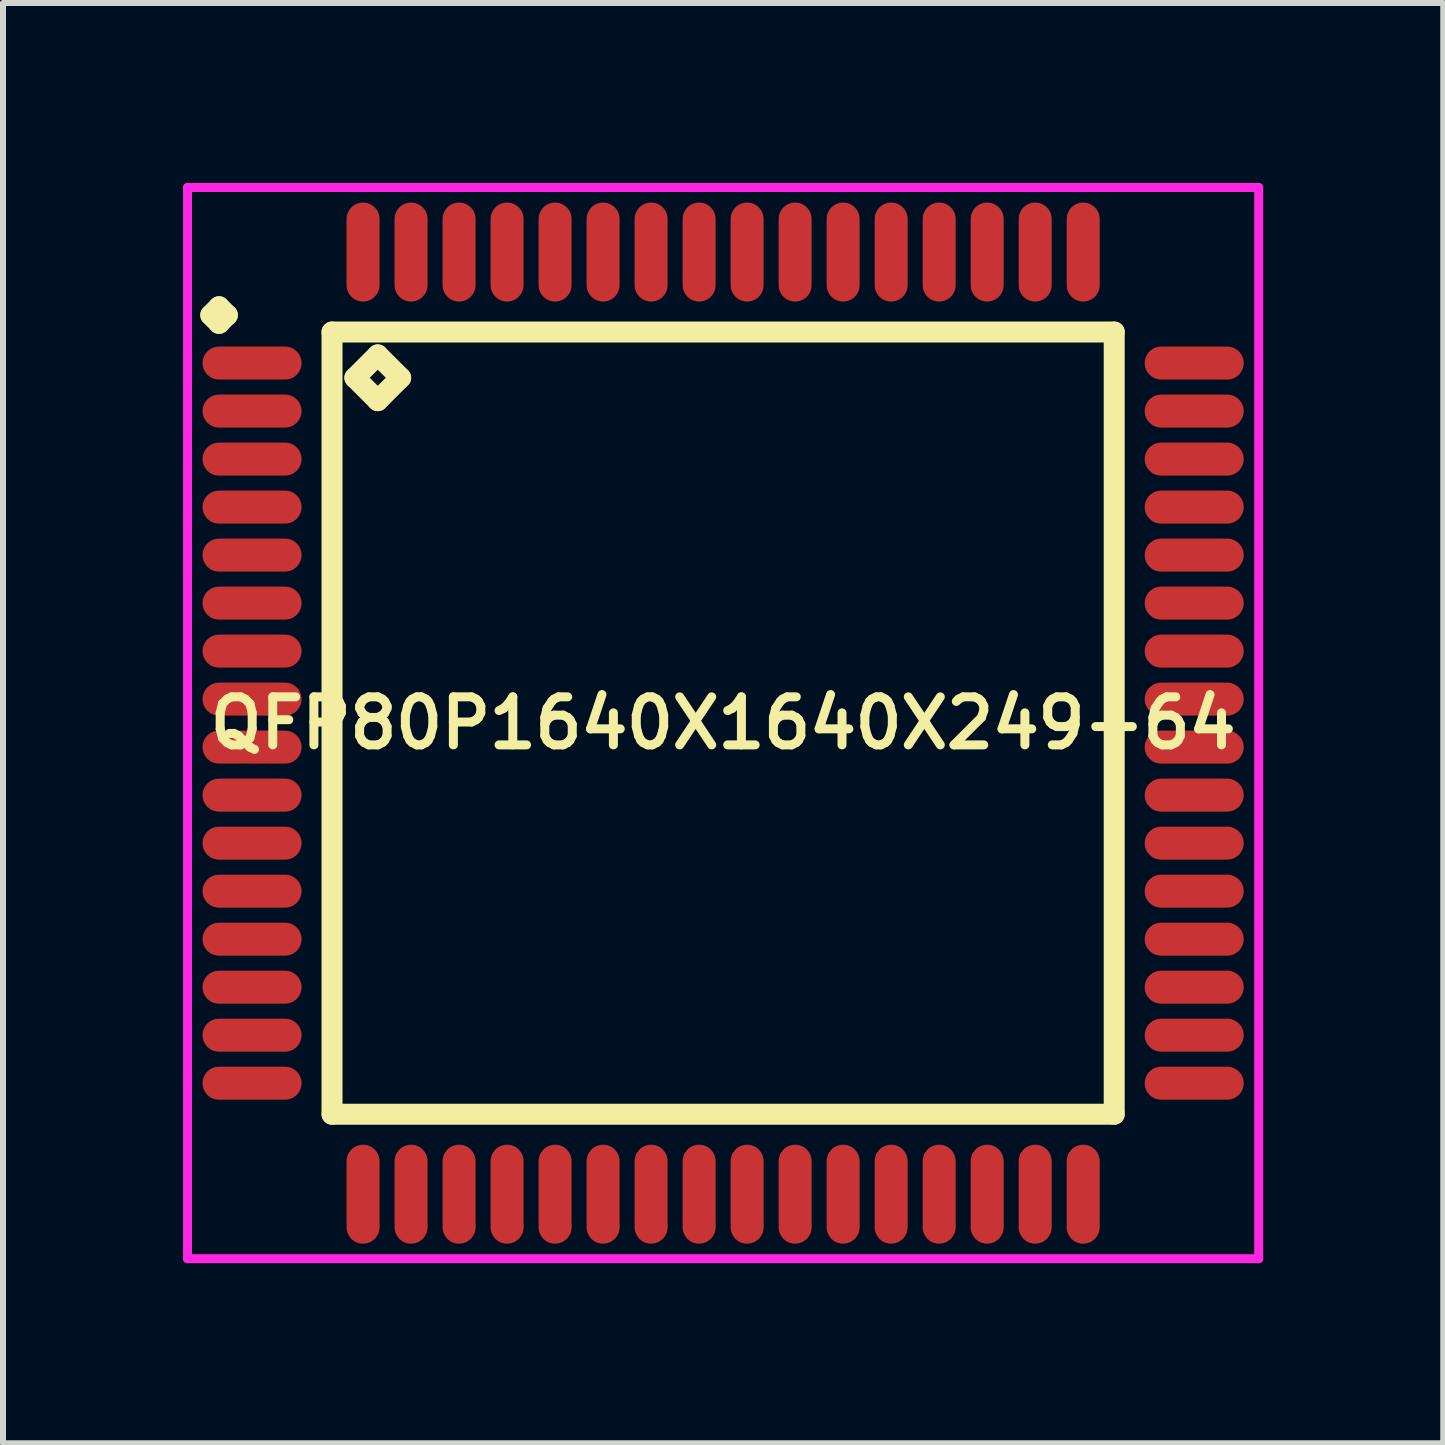
<source format=kicad_pcb>
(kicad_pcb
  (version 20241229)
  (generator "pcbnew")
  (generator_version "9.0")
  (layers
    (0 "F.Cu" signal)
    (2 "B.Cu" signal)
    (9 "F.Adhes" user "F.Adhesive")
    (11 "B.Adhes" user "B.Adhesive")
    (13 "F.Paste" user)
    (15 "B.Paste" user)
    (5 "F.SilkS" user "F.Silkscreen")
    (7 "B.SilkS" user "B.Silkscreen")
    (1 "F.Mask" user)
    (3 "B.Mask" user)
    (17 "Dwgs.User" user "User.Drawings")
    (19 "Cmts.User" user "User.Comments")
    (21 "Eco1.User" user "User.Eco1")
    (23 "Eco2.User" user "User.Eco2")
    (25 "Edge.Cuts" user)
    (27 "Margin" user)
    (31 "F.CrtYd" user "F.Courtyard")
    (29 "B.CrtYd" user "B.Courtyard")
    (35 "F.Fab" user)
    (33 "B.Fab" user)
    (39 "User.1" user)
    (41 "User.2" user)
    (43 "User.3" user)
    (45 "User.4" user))
  (footprint "QFP80P1640X1640X249-64"
    (layer "F.Cu")
    (at 9 9)
    (property "Reference" "QFP80P1640X1640X249-64" (at 0 0 0) (layer "F.SilkS") (effects (font (size 0.8 0.8) (thickness 0.15))))
    (attr smd)
    (fp_line (start -8.537 -6.8) (end -8.4 -6.938) (stroke (width 0.35) (type solid)) (layer "F.SilkS"))
    (fp_line (start -8.4 -6.938) (end -8.262 -6.8) (stroke (width 0.35) (type solid)) (layer "F.SilkS"))
    (fp_line (start -8.4 -6.662) (end -8.537 -6.8) (stroke (width 0.35) (type solid)) (layer "F.SilkS"))
    (fp_line (start -8.262 -6.8) (end -8.4 -6.662) (stroke (width 0.35) (type solid)) (layer "F.SilkS"))
    (fp_line (start -6.517 -6.517) (end -6.517 6.517) (stroke (width 0.35) (type solid)) (layer "F.SilkS"))
    (fp_line (start -6.517 6.517) (end 6.517 6.517) (stroke (width 0.35) (type solid)) (layer "F.SilkS"))
    (fp_line (start -6.136 -5.755) (end -5.755 -6.136) (stroke (width 0.35) (type solid)) (layer "F.SilkS"))
    (fp_line (start -5.755 -6.136) (end -5.374 -5.755) (stroke (width 0.35) (type solid)) (layer "F.SilkS"))
    (fp_line (start -5.755 -5.374) (end -6.136 -5.755) (stroke (width 0.35) (type solid)) (layer "F.SilkS"))
    (fp_line (start -5.374 -5.755) (end -5.755 -5.374) (stroke (width 0.35) (type solid)) (layer "F.SilkS"))
    (fp_line (start 6.517 -6.517) (end -6.517 -6.517) (stroke (width 0.35) (type solid)) (layer "F.SilkS"))
    (fp_line (start 6.517 6.517) (end 6.517 -6.517) (stroke (width 0.35) (type solid)) (layer "F.SilkS"))
    (fp_line (start -8.925 -8.925) (end 8.925 -8.925) (stroke (width 0.15) (type solid)) (layer "F.CrtYd"))
    (fp_line (start -8.925 8.925) (end -8.925 -8.925) (stroke (width 0.15) (type solid)) (layer "F.CrtYd"))
    (fp_line (start 8.925 -8.925) (end 8.925 8.925) (stroke (width 0.15) (type solid)) (layer "F.CrtYd"))
    (fp_line (start 8.925 8.925) (end -8.925 8.925) (stroke (width 0.15) (type solid)) (layer "F.CrtYd"))
    (pad "1" smd oval (at -7.85 -6) (size 1.65 0.55) (layers "F.Cu" "F.Mask" "F.Paste"))
    (pad "2" smd oval (at -7.85 -5.2) (size 1.65 0.55) (layers "F.Cu" "F.Mask" "F.Paste"))
    (pad "3" smd oval (at -7.85 -4.4) (size 1.65 0.55) (layers "F.Cu" "F.Mask" "F.Paste"))
    (pad "4" smd oval (at -7.85 -3.6) (size 1.65 0.55) (layers "F.Cu" "F.Mask" "F.Paste"))
    (pad "5" smd oval (at -7.85 -2.8) (size 1.65 0.55) (layers "F.Cu" "F.Mask" "F.Paste"))
    (pad "6" smd oval (at -7.85 -2) (size 1.65 0.55) (layers "F.Cu" "F.Mask" "F.Paste"))
    (pad "7" smd oval (at -7.85 -1.2) (size 1.65 0.55) (layers "F.Cu" "F.Mask" "F.Paste"))
    (pad "8" smd oval (at -7.85 -0.4) (size 1.65 0.55) (layers "F.Cu" "F.Mask" "F.Paste"))
    (pad "9" smd oval (at -7.85 0.4) (size 1.65 0.55) (layers "F.Cu" "F.Mask" "F.Paste"))
    (pad "10" smd oval (at -7.85 1.2) (size 1.65 0.55) (layers "F.Cu" "F.Mask" "F.Paste"))
    (pad "11" smd oval (at -7.85 2) (size 1.65 0.55) (layers "F.Cu" "F.Mask" "F.Paste"))
    (pad "12" smd oval (at -7.85 2.8) (size 1.65 0.55) (layers "F.Cu" "F.Mask" "F.Paste"))
    (pad "13" smd oval (at -7.85 3.6) (size 1.65 0.55) (layers "F.Cu" "F.Mask" "F.Paste"))
    (pad "14" smd oval (at -7.85 4.4) (size 1.65 0.55) (layers "F.Cu" "F.Mask" "F.Paste"))
    (pad "15" smd oval (at -7.85 5.2) (size 1.65 0.55) (layers "F.Cu" "F.Mask" "F.Paste"))
    (pad "16" smd oval (at -7.85 6) (size 1.65 0.55) (layers "F.Cu" "F.Mask" "F.Paste"))
    (pad "17" smd oval (at -6 7.85) (size 0.55 1.65) (layers "F.Cu" "F.Mask" "F.Paste"))
    (pad "18" smd oval (at -5.2 7.85) (size 0.55 1.65) (layers "F.Cu" "F.Mask" "F.Paste"))
    (pad "19" smd oval (at -4.4 7.85) (size 0.55 1.65) (layers "F.Cu" "F.Mask" "F.Paste"))
    (pad "20" smd oval (at -3.6 7.85) (size 0.55 1.65) (layers "F.Cu" "F.Mask" "F.Paste"))
    (pad "21" smd oval (at -2.8 7.85) (size 0.55 1.65) (layers "F.Cu" "F.Mask" "F.Paste"))
    (pad "22" smd oval (at -2 7.85) (size 0.55 1.65) (layers "F.Cu" "F.Mask" "F.Paste"))
    (pad "23" smd oval (at -1.2 7.85) (size 0.55 1.65) (layers "F.Cu" "F.Mask" "F.Paste"))
    (pad "24" smd oval (at -0.4 7.85) (size 0.55 1.65) (layers "F.Cu" "F.Mask" "F.Paste"))
    (pad "25" smd oval (at 0.4 7.85) (size 0.55 1.65) (layers "F.Cu" "F.Mask" "F.Paste"))
    (pad "26" smd oval (at 1.2 7.85) (size 0.55 1.65) (layers "F.Cu" "F.Mask" "F.Paste"))
    (pad "27" smd oval (at 2 7.85) (size 0.55 1.65) (layers "F.Cu" "F.Mask" "F.Paste"))
    (pad "28" smd oval (at 2.8 7.85) (size 0.55 1.65) (layers "F.Cu" "F.Mask" "F.Paste"))
    (pad "29" smd oval (at 3.6 7.85) (size 0.55 1.65) (layers "F.Cu" "F.Mask" "F.Paste"))
    (pad "30" smd oval (at 4.4 7.85) (size 0.55 1.65) (layers "F.Cu" "F.Mask" "F.Paste"))
    (pad "31" smd oval (at 5.2 7.85) (size 0.55 1.65) (layers "F.Cu" "F.Mask" "F.Paste"))
    (pad "32" smd oval (at 6 7.85) (size 0.55 1.65) (layers "F.Cu" "F.Mask" "F.Paste"))
    (pad "33" smd oval (at 7.85 6) (size 1.65 0.55) (layers "F.Cu" "F.Mask" "F.Paste"))
    (pad "34" smd oval (at 7.85 5.2) (size 1.65 0.55) (layers "F.Cu" "F.Mask" "F.Paste"))
    (pad "35" smd oval (at 7.85 4.4) (size 1.65 0.55) (layers "F.Cu" "F.Mask" "F.Paste"))
    (pad "36" smd oval (at 7.85 3.6) (size 1.65 0.55) (layers "F.Cu" "F.Mask" "F.Paste"))
    (pad "37" smd oval (at 7.85 2.8) (size 1.65 0.55) (layers "F.Cu" "F.Mask" "F.Paste"))
    (pad "38" smd oval (at 7.85 2) (size 1.65 0.55) (layers "F.Cu" "F.Mask" "F.Paste"))
    (pad "39" smd oval (at 7.85 1.2) (size 1.65 0.55) (layers "F.Cu" "F.Mask" "F.Paste"))
    (pad "40" smd oval (at 7.85 0.4) (size 1.65 0.55) (layers "F.Cu" "F.Mask" "F.Paste"))
    (pad "41" smd oval (at 7.85 -0.4) (size 1.65 0.55) (layers "F.Cu" "F.Mask" "F.Paste"))
    (pad "42" smd oval (at 7.85 -1.2) (size 1.65 0.55) (layers "F.Cu" "F.Mask" "F.Paste"))
    (pad "43" smd oval (at 7.85 -2) (size 1.65 0.55) (layers "F.Cu" "F.Mask" "F.Paste"))
    (pad "44" smd oval (at 7.85 -2.8) (size 1.65 0.55) (layers "F.Cu" "F.Mask" "F.Paste"))
    (pad "45" smd oval (at 7.85 -3.6) (size 1.65 0.55) (layers "F.Cu" "F.Mask" "F.Paste"))
    (pad "46" smd oval (at 7.85 -4.4) (size 1.65 0.55) (layers "F.Cu" "F.Mask" "F.Paste"))
    (pad "47" smd oval (at 7.85 -5.2) (size 1.65 0.55) (layers "F.Cu" "F.Mask" "F.Paste"))
    (pad "48" smd oval (at 7.85 -6) (size 1.65 0.55) (layers "F.Cu" "F.Mask" "F.Paste"))
    (pad "49" smd oval (at 6 -7.85) (size 0.55 1.65) (layers "F.Cu" "F.Mask" "F.Paste"))
    (pad "50" smd oval (at 5.2 -7.85) (size 0.55 1.65) (layers "F.Cu" "F.Mask" "F.Paste"))
    (pad "51" smd oval (at 4.4 -7.85) (size 0.55 1.65) (layers "F.Cu" "F.Mask" "F.Paste"))
    (pad "52" smd oval (at 3.6 -7.85) (size 0.55 1.65) (layers "F.Cu" "F.Mask" "F.Paste"))
    (pad "53" smd oval (at 2.8 -7.85) (size 0.55 1.65) (layers "F.Cu" "F.Mask" "F.Paste"))
    (pad "54" smd oval (at 2 -7.85) (size 0.55 1.65) (layers "F.Cu" "F.Mask" "F.Paste"))
    (pad "55" smd oval (at 1.2 -7.85) (size 0.55 1.65) (layers "F.Cu" "F.Mask" "F.Paste"))
    (pad "56" smd oval (at 0.4 -7.85) (size 0.55 1.65) (layers "F.Cu" "F.Mask" "F.Paste"))
    (pad "57" smd oval (at -0.4 -7.85) (size 0.55 1.65) (layers "F.Cu" "F.Mask" "F.Paste"))
    (pad "58" smd oval (at -1.2 -7.85) (size 0.55 1.65) (layers "F.Cu" "F.Mask" "F.Paste"))
    (pad "59" smd oval (at -2 -7.85) (size 0.55 1.65) (layers "F.Cu" "F.Mask" "F.Paste"))
    (pad "60" smd oval (at -2.8 -7.85) (size 0.55 1.65) (layers "F.Cu" "F.Mask" "F.Paste"))
    (pad "61" smd oval (at -3.6 -7.85) (size 0.55 1.65) (layers "F.Cu" "F.Mask" "F.Paste"))
    (pad "62" smd oval (at -4.4 -7.85) (size 0.55 1.65) (layers "F.Cu" "F.Mask" "F.Paste"))
    (pad "63" smd oval (at -5.2 -7.85) (size 0.55 1.65) (layers "F.Cu" "F.Mask" "F.Paste"))
    (pad "64" smd oval (at -6 -7.85) (size 0.55 1.65) (layers "F.Cu" "F.Mask" "F.Paste")))
  (gr_rect
    (start -3 -3)
    (end 21 21)
    (stroke (width 0.1) (type default))
    (fill no)
    (layer "Edge.Cuts")))
</source>
